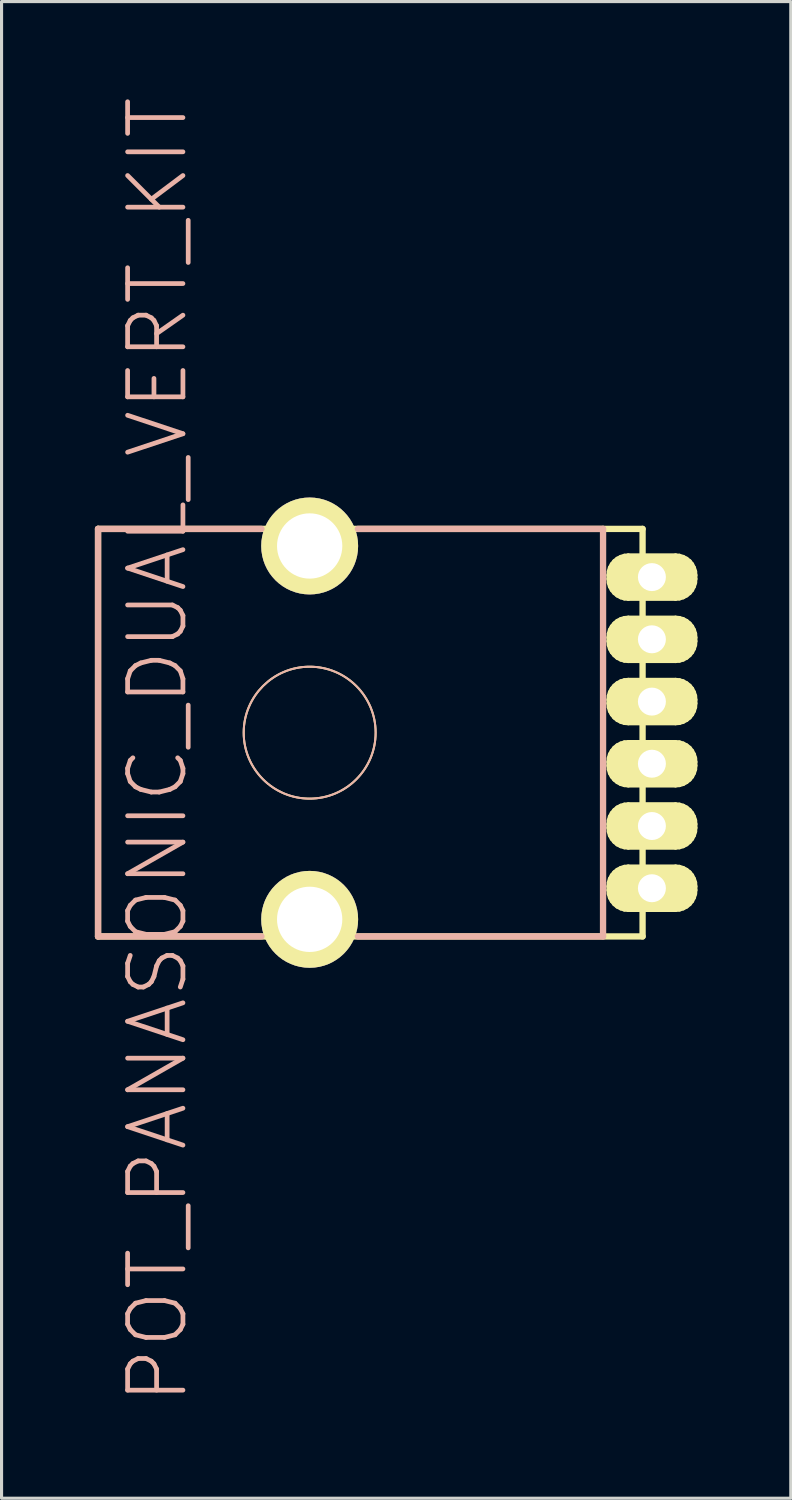
<source format=kicad_pcb>
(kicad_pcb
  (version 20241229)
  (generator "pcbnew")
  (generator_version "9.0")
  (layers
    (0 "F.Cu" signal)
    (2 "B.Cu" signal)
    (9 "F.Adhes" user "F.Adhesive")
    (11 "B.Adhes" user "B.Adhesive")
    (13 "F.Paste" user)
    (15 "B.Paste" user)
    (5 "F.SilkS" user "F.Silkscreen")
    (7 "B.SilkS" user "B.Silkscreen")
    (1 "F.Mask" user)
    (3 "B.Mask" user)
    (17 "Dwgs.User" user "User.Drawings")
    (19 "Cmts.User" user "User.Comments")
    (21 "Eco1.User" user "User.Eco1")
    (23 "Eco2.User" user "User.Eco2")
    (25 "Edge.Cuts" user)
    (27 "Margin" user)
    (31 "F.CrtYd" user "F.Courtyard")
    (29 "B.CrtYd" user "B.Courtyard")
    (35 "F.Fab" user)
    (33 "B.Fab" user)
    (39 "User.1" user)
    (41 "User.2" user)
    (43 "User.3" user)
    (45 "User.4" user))
  (footprint "POT_PANASONIC_DUAL_VERT_KIT"
    (layer "F.Cu")
    (at 6.901 20.494)
    (property "Reference" "POT_PANASONIC_DUAL_VERT_KIT" (at -4.887 0.554 90) (layer "B.SilkS") (effects (font (size 1.778 1.778) (thickness 0.152))))
    (attr exclude_from_pos_files exclude_from_bom)
    (fp_line (start -6.8 -6.548) (end 10.698 -6.548) (stroke (width 0.203) (type solid)) (layer "F.SilkS"))
    (fp_line (start -6.8 6.548) (end -6.8 -6.548) (stroke (width 0.203) (type solid)) (layer "F.SilkS"))
    (fp_line (start 9.599 -5.06) (end 9.611 -5.184) (stroke (width 0.127) (type solid)) (layer "F.SilkS"))
    (fp_line (start 9.599 -4.94) (end 9.599 -5.06) (stroke (width 0.127) (type solid)) (layer "F.SilkS"))
    (fp_line (start 9.599 -3.058) (end 9.611 -3.183) (stroke (width 0.127) (type solid)) (layer "F.SilkS"))
    (fp_line (start 9.599 -2.939) (end 9.599 -3.058) (stroke (width 0.127) (type solid)) (layer "F.SilkS"))
    (fp_line (start 9.599 -1.059) (end 9.611 -1.184) (stroke (width 0.127) (type solid)) (layer "F.SilkS"))
    (fp_line (start 9.599 -0.94) (end 9.599 -1.059) (stroke (width 0.127) (type solid)) (layer "F.SilkS"))
    (fp_line (start 9.599 0.94) (end 9.611 0.815) (stroke (width 0.127) (type solid)) (layer "F.SilkS"))
    (fp_line (start 9.599 1.059) (end 9.599 0.94) (stroke (width 0.127) (type solid)) (layer "F.SilkS"))
    (fp_line (start 9.599 2.939) (end 9.611 2.814) (stroke (width 0.127) (type solid)) (layer "F.SilkS"))
    (fp_line (start 9.599 3.058) (end 9.599 2.939) (stroke (width 0.127) (type solid)) (layer "F.SilkS"))
    (fp_line (start 9.599 4.94) (end 9.611 4.813) (stroke (width 0.127) (type solid)) (layer "F.SilkS"))
    (fp_line (start 9.599 5.06) (end 9.599 4.94) (stroke (width 0.127) (type solid)) (layer "F.SilkS"))
    (fp_line (start 9.611 -5.184) (end 9.647 -5.304) (stroke (width 0.127) (type solid)) (layer "F.SilkS"))
    (fp_line (start 9.611 -4.813) (end 9.599 -4.94) (stroke (width 0.127) (type solid)) (layer "F.SilkS"))
    (fp_line (start 9.611 -3.183) (end 9.647 -3.305) (stroke (width 0.127) (type solid)) (layer "F.SilkS"))
    (fp_line (start 9.611 -2.814) (end 9.599 -2.939) (stroke (width 0.127) (type solid)) (layer "F.SilkS"))
    (fp_line (start 9.611 -1.184) (end 9.647 -1.303) (stroke (width 0.127) (type solid)) (layer "F.SilkS"))
    (fp_line (start 9.611 -0.815) (end 9.599 -0.94) (stroke (width 0.127) (type solid)) (layer "F.SilkS"))
    (fp_line (start 9.611 0.815) (end 9.647 0.693) (stroke (width 0.127) (type solid)) (layer "F.SilkS"))
    (fp_line (start 9.611 1.184) (end 9.599 1.059) (stroke (width 0.127) (type solid)) (layer "F.SilkS"))
    (fp_line (start 9.611 2.814) (end 9.647 2.695) (stroke (width 0.127) (type solid)) (layer "F.SilkS"))
    (fp_line (start 9.611 3.183) (end 9.599 3.058) (stroke (width 0.127) (type solid)) (layer "F.SilkS"))
    (fp_line (start 9.611 4.813) (end 9.647 4.694) (stroke (width 0.127) (type solid)) (layer "F.SilkS"))
    (fp_line (start 9.611 5.184) (end 9.599 5.06) (stroke (width 0.127) (type solid)) (layer "F.SilkS"))
    (fp_line (start 9.647 -5.304) (end 9.708 -5.415) (stroke (width 0.127) (type solid)) (layer "F.SilkS"))
    (fp_line (start 9.647 -4.694) (end 9.611 -4.813) (stroke (width 0.127) (type solid)) (layer "F.SilkS"))
    (fp_line (start 9.647 -3.305) (end 9.708 -3.414) (stroke (width 0.127) (type solid)) (layer "F.SilkS"))
    (fp_line (start 9.647 -2.695) (end 9.611 -2.814) (stroke (width 0.127) (type solid)) (layer "F.SilkS"))
    (fp_line (start 9.647 -1.303) (end 9.708 -1.415) (stroke (width 0.127) (type solid)) (layer "F.SilkS"))
    (fp_line (start 9.647 -0.693) (end 9.611 -0.815) (stroke (width 0.127) (type solid)) (layer "F.SilkS"))
    (fp_line (start 9.647 0.693) (end 9.708 0.584) (stroke (width 0.127) (type solid)) (layer "F.SilkS"))
    (fp_line (start 9.647 1.303) (end 9.611 1.184) (stroke (width 0.127) (type solid)) (layer "F.SilkS"))
    (fp_line (start 9.647 2.695) (end 9.708 2.583) (stroke (width 0.127) (type solid)) (layer "F.SilkS"))
    (fp_line (start 9.647 3.305) (end 9.611 3.183) (stroke (width 0.127) (type solid)) (layer "F.SilkS"))
    (fp_line (start 9.647 4.694) (end 9.708 4.582) (stroke (width 0.127) (type solid)) (layer "F.SilkS"))
    (fp_line (start 9.647 5.304) (end 9.611 5.184) (stroke (width 0.127) (type solid)) (layer "F.SilkS"))
    (fp_line (start 9.708 -5.415) (end 9.787 -5.512) (stroke (width 0.127) (type solid)) (layer "F.SilkS"))
    (fp_line (start 9.708 -4.582) (end 9.647 -4.694) (stroke (width 0.127) (type solid)) (layer "F.SilkS"))
    (fp_line (start 9.708 -3.414) (end 9.787 -3.51) (stroke (width 0.127) (type solid)) (layer "F.SilkS"))
    (fp_line (start 9.708 -2.583) (end 9.647 -2.695) (stroke (width 0.127) (type solid)) (layer "F.SilkS"))
    (fp_line (start 9.708 -1.415) (end 9.787 -1.511) (stroke (width 0.127) (type solid)) (layer "F.SilkS"))
    (fp_line (start 9.708 -0.584) (end 9.647 -0.693) (stroke (width 0.127) (type solid)) (layer "F.SilkS"))
    (fp_line (start 9.708 0.584) (end 9.787 0.485) (stroke (width 0.127) (type solid)) (layer "F.SilkS"))
    (fp_line (start 9.708 1.415) (end 9.647 1.303) (stroke (width 0.127) (type solid)) (layer "F.SilkS"))
    (fp_line (start 9.708 2.583) (end 9.787 2.487) (stroke (width 0.127) (type solid)) (layer "F.SilkS"))
    (fp_line (start 9.708 3.414) (end 9.647 3.305) (stroke (width 0.127) (type solid)) (layer "F.SilkS"))
    (fp_line (start 9.708 4.582) (end 9.787 4.486) (stroke (width 0.127) (type solid)) (layer "F.SilkS"))
    (fp_line (start 9.708 5.415) (end 9.647 5.304) (stroke (width 0.127) (type solid)) (layer "F.SilkS"))
    (fp_line (start 9.787 -5.512) (end 9.883 -5.591) (stroke (width 0.127) (type solid)) (layer "F.SilkS"))
    (fp_line (start 9.787 -4.486) (end 9.708 -4.582) (stroke (width 0.127) (type solid)) (layer "F.SilkS"))
    (fp_line (start 9.787 -3.51) (end 9.883 -3.592) (stroke (width 0.127) (type solid)) (layer "F.SilkS"))
    (fp_line (start 9.787 -2.487) (end 9.708 -2.583) (stroke (width 0.127) (type solid)) (layer "F.SilkS"))
    (fp_line (start 9.787 -1.511) (end 9.883 -1.59) (stroke (width 0.127) (type solid)) (layer "F.SilkS"))
    (fp_line (start 9.787 -0.485) (end 9.708 -0.584) (stroke (width 0.127) (type solid)) (layer "F.SilkS"))
    (fp_line (start 9.787 0.485) (end 9.883 0.406) (stroke (width 0.127) (type solid)) (layer "F.SilkS"))
    (fp_line (start 9.787 1.511) (end 9.708 1.415) (stroke (width 0.127) (type solid)) (layer "F.SilkS"))
    (fp_line (start 9.787 2.487) (end 9.883 2.405) (stroke (width 0.127) (type solid)) (layer "F.SilkS"))
    (fp_line (start 9.787 3.51) (end 9.708 3.414) (stroke (width 0.127) (type solid)) (layer "F.SilkS"))
    (fp_line (start 9.787 4.486) (end 9.883 4.407) (stroke (width 0.127) (type solid)) (layer "F.SilkS"))
    (fp_line (start 9.787 5.512) (end 9.708 5.415) (stroke (width 0.127) (type solid)) (layer "F.SilkS"))
    (fp_line (start 9.883 -5.591) (end 9.995 -5.649) (stroke (width 0.127) (type solid)) (layer "F.SilkS"))
    (fp_line (start 9.883 -4.407) (end 9.787 -4.486) (stroke (width 0.127) (type solid)) (layer "F.SilkS"))
    (fp_line (start 9.883 -3.592) (end 9.995 -3.65) (stroke (width 0.127) (type solid)) (layer "F.SilkS"))
    (fp_line (start 9.883 -2.405) (end 9.787 -2.487) (stroke (width 0.127) (type solid)) (layer "F.SilkS"))
    (fp_line (start 9.883 -1.59) (end 9.995 -1.651) (stroke (width 0.127) (type solid)) (layer "F.SilkS"))
    (fp_line (start 9.883 -0.406) (end 9.787 -0.485) (stroke (width 0.127) (type solid)) (layer "F.SilkS"))
    (fp_line (start 9.883 0.406) (end 9.995 0.348) (stroke (width 0.127) (type solid)) (layer "F.SilkS"))
    (fp_line (start 9.883 1.59) (end 9.787 1.511) (stroke (width 0.127) (type solid)) (layer "F.SilkS"))
    (fp_line (start 9.883 2.405) (end 9.995 2.347) (stroke (width 0.127) (type solid)) (layer "F.SilkS"))
    (fp_line (start 9.883 3.592) (end 9.787 3.51) (stroke (width 0.127) (type solid)) (layer "F.SilkS"))
    (fp_line (start 9.883 4.407) (end 9.995 4.348) (stroke (width 0.127) (type solid)) (layer "F.SilkS"))
    (fp_line (start 9.883 5.591) (end 9.787 5.512) (stroke (width 0.127) (type solid)) (layer "F.SilkS"))
    (fp_line (start 9.995 -5.649) (end 10.114 -5.687) (stroke (width 0.127) (type solid)) (layer "F.SilkS"))
    (fp_line (start 9.995 -4.348) (end 9.883 -4.407) (stroke (width 0.127) (type solid)) (layer "F.SilkS"))
    (fp_line (start 9.995 -3.65) (end 10.114 -3.686) (stroke (width 0.127) (type solid)) (layer "F.SilkS"))
    (fp_line (start 9.995 -2.347) (end 9.883 -2.405) (stroke (width 0.127) (type solid)) (layer "F.SilkS"))
    (fp_line (start 9.995 -1.651) (end 10.114 -1.687) (stroke (width 0.127) (type solid)) (layer "F.SilkS"))
    (fp_line (start 9.995 -0.348) (end 9.883 -0.406) (stroke (width 0.127) (type solid)) (layer "F.SilkS"))
    (fp_line (start 9.995 0.348) (end 10.114 0.31) (stroke (width 0.127) (type solid)) (layer "F.SilkS"))
    (fp_line (start 9.995 1.651) (end 9.883 1.59) (stroke (width 0.127) (type solid)) (layer "F.SilkS"))
    (fp_line (start 9.995 2.347) (end 10.114 2.311) (stroke (width 0.127) (type solid)) (layer "F.SilkS"))
    (fp_line (start 9.995 3.65) (end 9.883 3.592) (stroke (width 0.127) (type solid)) (layer "F.SilkS"))
    (fp_line (start 9.995 4.348) (end 10.114 4.31) (stroke (width 0.127) (type solid)) (layer "F.SilkS"))
    (fp_line (start 9.995 5.649) (end 9.883 5.591) (stroke (width 0.127) (type solid)) (layer "F.SilkS"))
    (fp_line (start 10.114 -5.687) (end 10.239 -5.7) (stroke (width 0.127) (type solid)) (layer "F.SilkS"))
    (fp_line (start 10.114 -4.31) (end 9.995 -4.348) (stroke (width 0.127) (type solid)) (layer "F.SilkS"))
    (fp_line (start 10.114 -3.686) (end 10.239 -3.698) (stroke (width 0.127) (type solid)) (layer "F.SilkS"))
    (fp_line (start 10.114 -2.311) (end 9.995 -2.347) (stroke (width 0.127) (type solid)) (layer "F.SilkS"))
    (fp_line (start 10.114 -1.687) (end 10.239 -1.699) (stroke (width 0.127) (type solid)) (layer "F.SilkS"))
    (fp_line (start 10.114 -0.31) (end 9.995 -0.348) (stroke (width 0.127) (type solid)) (layer "F.SilkS"))
    (fp_line (start 10.114 0.31) (end 10.239 0.3) (stroke (width 0.127) (type solid)) (layer "F.SilkS"))
    (fp_line (start 10.114 1.687) (end 9.995 1.651) (stroke (width 0.127) (type solid)) (layer "F.SilkS"))
    (fp_line (start 10.114 2.311) (end 10.239 2.299) (stroke (width 0.127) (type solid)) (layer "F.SilkS"))
    (fp_line (start 10.114 3.686) (end 9.995 3.65) (stroke (width 0.127) (type solid)) (layer "F.SilkS"))
    (fp_line (start 10.114 4.31) (end 10.239 4.298) (stroke (width 0.127) (type solid)) (layer "F.SilkS"))
    (fp_line (start 10.114 5.687) (end 9.995 5.649) (stroke (width 0.127) (type solid)) (layer "F.SilkS"))
    (fp_line (start 10.239 -5.7) (end 11.758 -5.7) (stroke (width 0.127) (type solid)) (layer "F.SilkS"))
    (fp_line (start 10.239 -4.298) (end 10.114 -4.31) (stroke (width 0.127) (type solid)) (layer "F.SilkS"))
    (fp_line (start 10.239 -3.698) (end 11.758 -3.698) (stroke (width 0.127) (type solid)) (layer "F.SilkS"))
    (fp_line (start 10.239 -2.299) (end 10.114 -2.311) (stroke (width 0.127) (type solid)) (layer "F.SilkS"))
    (fp_line (start 10.239 -1.699) (end 11.758 -1.699) (stroke (width 0.127) (type solid)) (layer "F.SilkS"))
    (fp_line (start 10.239 -0.3) (end 10.114 -0.31) (stroke (width 0.127) (type solid)) (layer "F.SilkS"))
    (fp_line (start 10.239 0.3) (end 11.758 0.3) (stroke (width 0.127) (type solid)) (layer "F.SilkS"))
    (fp_line (start 10.239 1.699) (end 10.114 1.687) (stroke (width 0.127) (type solid)) (layer "F.SilkS"))
    (fp_line (start 10.239 2.299) (end 11.758 2.299) (stroke (width 0.127) (type solid)) (layer "F.SilkS"))
    (fp_line (start 10.239 3.698) (end 10.114 3.686) (stroke (width 0.127) (type solid)) (layer "F.SilkS"))
    (fp_line (start 10.239 4.298) (end 11.758 4.298) (stroke (width 0.127) (type solid)) (layer "F.SilkS"))
    (fp_line (start 10.239 5.7) (end 10.114 5.687) (stroke (width 0.127) (type solid)) (layer "F.SilkS"))
    (fp_line (start 10.698 -6.548) (end 10.698 6.548) (stroke (width 0.203) (type solid)) (layer "F.SilkS"))
    (fp_line (start 10.698 6.548) (end -6.8 6.548) (stroke (width 0.203) (type solid)) (layer "F.SilkS"))
    (fp_line (start 11.758 -5.7) (end 11.882 -5.687) (stroke (width 0.127) (type solid)) (layer "F.SilkS"))
    (fp_line (start 11.758 -4.298) (end 10.239 -4.298) (stroke (width 0.127) (type solid)) (layer "F.SilkS"))
    (fp_line (start 11.758 -3.698) (end 11.882 -3.686) (stroke (width 0.127) (type solid)) (layer "F.SilkS"))
    (fp_line (start 11.758 -2.299) (end 10.239 -2.299) (stroke (width 0.127) (type solid)) (layer "F.SilkS"))
    (fp_line (start 11.758 -1.699) (end 11.882 -1.687) (stroke (width 0.127) (type solid)) (layer "F.SilkS"))
    (fp_line (start 11.758 -0.3) (end 10.239 -0.3) (stroke (width 0.127) (type solid)) (layer "F.SilkS"))
    (fp_line (start 11.758 0.3) (end 11.882 0.31) (stroke (width 0.127) (type solid)) (layer "F.SilkS"))
    (fp_line (start 11.758 1.699) (end 10.239 1.699) (stroke (width 0.127) (type solid)) (layer "F.SilkS"))
    (fp_line (start 11.758 2.299) (end 11.882 2.311) (stroke (width 0.127) (type solid)) (layer "F.SilkS"))
    (fp_line (start 11.758 3.698) (end 10.239 3.698) (stroke (width 0.127) (type solid)) (layer "F.SilkS"))
    (fp_line (start 11.758 4.298) (end 11.882 4.31) (stroke (width 0.127) (type solid)) (layer "F.SilkS"))
    (fp_line (start 11.758 5.7) (end 10.239 5.7) (stroke (width 0.127) (type solid)) (layer "F.SilkS"))
    (fp_line (start 11.882 -5.687) (end 12.004 -5.649) (stroke (width 0.127) (type solid)) (layer "F.SilkS"))
    (fp_line (start 11.882 -4.31) (end 11.758 -4.298) (stroke (width 0.127) (type solid)) (layer "F.SilkS"))
    (fp_line (start 11.882 -3.686) (end 12.004 -3.65) (stroke (width 0.127) (type solid)) (layer "F.SilkS"))
    (fp_line (start 11.882 -2.311) (end 11.758 -2.299) (stroke (width 0.127) (type solid)) (layer "F.SilkS"))
    (fp_line (start 11.882 -1.687) (end 12.004 -1.651) (stroke (width 0.127) (type solid)) (layer "F.SilkS"))
    (fp_line (start 11.882 -0.31) (end 11.758 -0.3) (stroke (width 0.127) (type solid)) (layer "F.SilkS"))
    (fp_line (start 11.882 0.31) (end 12.004 0.348) (stroke (width 0.127) (type solid)) (layer "F.SilkS"))
    (fp_line (start 11.882 1.687) (end 11.758 1.699) (stroke (width 0.127) (type solid)) (layer "F.SilkS"))
    (fp_line (start 11.882 2.311) (end 12.004 2.347) (stroke (width 0.127) (type solid)) (layer "F.SilkS"))
    (fp_line (start 11.882 3.686) (end 11.758 3.698) (stroke (width 0.127) (type solid)) (layer "F.SilkS"))
    (fp_line (start 11.882 4.31) (end 12.004 4.348) (stroke (width 0.127) (type solid)) (layer "F.SilkS"))
    (fp_line (start 11.882 5.687) (end 11.758 5.7) (stroke (width 0.127) (type solid)) (layer "F.SilkS"))
    (fp_line (start 12.004 -5.649) (end 12.113 -5.591) (stroke (width 0.127) (type solid)) (layer "F.SilkS"))
    (fp_line (start 12.004 -4.348) (end 11.882 -4.31) (stroke (width 0.127) (type solid)) (layer "F.SilkS"))
    (fp_line (start 12.004 -3.65) (end 12.113 -3.592) (stroke (width 0.127) (type solid)) (layer "F.SilkS"))
    (fp_line (start 12.004 -2.347) (end 11.882 -2.311) (stroke (width 0.127) (type solid)) (layer "F.SilkS"))
    (fp_line (start 12.004 -1.651) (end 12.113 -1.59) (stroke (width 0.127) (type solid)) (layer "F.SilkS"))
    (fp_line (start 12.004 -0.348) (end 11.882 -0.31) (stroke (width 0.127) (type solid)) (layer "F.SilkS"))
    (fp_line (start 12.004 0.348) (end 12.113 0.406) (stroke (width 0.127) (type solid)) (layer "F.SilkS"))
    (fp_line (start 12.004 1.651) (end 11.882 1.687) (stroke (width 0.127) (type solid)) (layer "F.SilkS"))
    (fp_line (start 12.004 2.347) (end 12.113 2.405) (stroke (width 0.127) (type solid)) (layer "F.SilkS"))
    (fp_line (start 12.004 3.65) (end 11.882 3.686) (stroke (width 0.127) (type solid)) (layer "F.SilkS"))
    (fp_line (start 12.004 4.348) (end 12.113 4.407) (stroke (width 0.127) (type solid)) (layer "F.SilkS"))
    (fp_line (start 12.004 5.649) (end 11.882 5.687) (stroke (width 0.127) (type solid)) (layer "F.SilkS"))
    (fp_line (start 12.113 -5.591) (end 12.212 -5.512) (stroke (width 0.127) (type solid)) (layer "F.SilkS"))
    (fp_line (start 12.113 -4.407) (end 12.004 -4.348) (stroke (width 0.127) (type solid)) (layer "F.SilkS"))
    (fp_line (start 12.113 -3.592) (end 12.212 -3.51) (stroke (width 0.127) (type solid)) (layer "F.SilkS"))
    (fp_line (start 12.113 -2.405) (end 12.004 -2.347) (stroke (width 0.127) (type solid)) (layer "F.SilkS"))
    (fp_line (start 12.113 -1.59) (end 12.212 -1.511) (stroke (width 0.127) (type solid)) (layer "F.SilkS"))
    (fp_line (start 12.113 -0.406) (end 12.004 -0.348) (stroke (width 0.127) (type solid)) (layer "F.SilkS"))
    (fp_line (start 12.113 0.406) (end 12.212 0.485) (stroke (width 0.127) (type solid)) (layer "F.SilkS"))
    (fp_line (start 12.113 1.59) (end 12.004 1.651) (stroke (width 0.127) (type solid)) (layer "F.SilkS"))
    (fp_line (start 12.113 2.405) (end 12.212 2.487) (stroke (width 0.127) (type solid)) (layer "F.SilkS"))
    (fp_line (start 12.113 3.592) (end 12.004 3.65) (stroke (width 0.127) (type solid)) (layer "F.SilkS"))
    (fp_line (start 12.113 4.407) (end 12.212 4.486) (stroke (width 0.127) (type solid)) (layer "F.SilkS"))
    (fp_line (start 12.113 5.591) (end 12.004 5.649) (stroke (width 0.127) (type solid)) (layer "F.SilkS"))
    (fp_line (start 12.212 -5.512) (end 12.291 -5.415) (stroke (width 0.127) (type solid)) (layer "F.SilkS"))
    (fp_line (start 12.212 -4.486) (end 12.113 -4.407) (stroke (width 0.127) (type solid)) (layer "F.SilkS"))
    (fp_line (start 12.212 -3.51) (end 12.291 -3.414) (stroke (width 0.127) (type solid)) (layer "F.SilkS"))
    (fp_line (start 12.212 -2.487) (end 12.113 -2.405) (stroke (width 0.127) (type solid)) (layer "F.SilkS"))
    (fp_line (start 12.212 -1.511) (end 12.291 -1.415) (stroke (width 0.127) (type solid)) (layer "F.SilkS"))
    (fp_line (start 12.212 -0.485) (end 12.113 -0.406) (stroke (width 0.127) (type solid)) (layer "F.SilkS"))
    (fp_line (start 12.212 0.485) (end 12.291 0.584) (stroke (width 0.127) (type solid)) (layer "F.SilkS"))
    (fp_line (start 12.212 1.511) (end 12.113 1.59) (stroke (width 0.127) (type solid)) (layer "F.SilkS"))
    (fp_line (start 12.212 2.487) (end 12.291 2.583) (stroke (width 0.127) (type solid)) (layer "F.SilkS"))
    (fp_line (start 12.212 3.51) (end 12.113 3.592) (stroke (width 0.127) (type solid)) (layer "F.SilkS"))
    (fp_line (start 12.212 4.486) (end 12.291 4.582) (stroke (width 0.127) (type solid)) (layer "F.SilkS"))
    (fp_line (start 12.212 5.512) (end 12.113 5.591) (stroke (width 0.127) (type solid)) (layer "F.SilkS"))
    (fp_line (start 12.291 -5.415) (end 12.349 -5.304) (stroke (width 0.127) (type solid)) (layer "F.SilkS"))
    (fp_line (start 12.291 -4.582) (end 12.212 -4.486) (stroke (width 0.127) (type solid)) (layer "F.SilkS"))
    (fp_line (start 12.291 -3.414) (end 12.349 -3.305) (stroke (width 0.127) (type solid)) (layer "F.SilkS"))
    (fp_line (start 12.291 -2.583) (end 12.212 -2.487) (stroke (width 0.127) (type solid)) (layer "F.SilkS"))
    (fp_line (start 12.291 -1.415) (end 12.349 -1.303) (stroke (width 0.127) (type solid)) (layer "F.SilkS"))
    (fp_line (start 12.291 -0.584) (end 12.212 -0.485) (stroke (width 0.127) (type solid)) (layer "F.SilkS"))
    (fp_line (start 12.291 0.584) (end 12.349 0.693) (stroke (width 0.127) (type solid)) (layer "F.SilkS"))
    (fp_line (start 12.291 1.415) (end 12.212 1.511) (stroke (width 0.127) (type solid)) (layer "F.SilkS"))
    (fp_line (start 12.291 2.583) (end 12.349 2.695) (stroke (width 0.127) (type solid)) (layer "F.SilkS"))
    (fp_line (start 12.291 3.414) (end 12.212 3.51) (stroke (width 0.127) (type solid)) (layer "F.SilkS"))
    (fp_line (start 12.291 4.582) (end 12.349 4.694) (stroke (width 0.127) (type solid)) (layer "F.SilkS"))
    (fp_line (start 12.291 5.415) (end 12.212 5.512) (stroke (width 0.127) (type solid)) (layer "F.SilkS"))
    (fp_line (start 12.349 -5.304) (end 12.388 -5.184) (stroke (width 0.127) (type solid)) (layer "F.SilkS"))
    (fp_line (start 12.349 -4.694) (end 12.291 -4.582) (stroke (width 0.127) (type solid)) (layer "F.SilkS"))
    (fp_line (start 12.349 -3.305) (end 12.388 -3.183) (stroke (width 0.127) (type solid)) (layer "F.SilkS"))
    (fp_line (start 12.349 -2.695) (end 12.291 -2.583) (stroke (width 0.127) (type solid)) (layer "F.SilkS"))
    (fp_line (start 12.349 -1.303) (end 12.388 -1.184) (stroke (width 0.127) (type solid)) (layer "F.SilkS"))
    (fp_line (start 12.349 -0.693) (end 12.291 -0.584) (stroke (width 0.127) (type solid)) (layer "F.SilkS"))
    (fp_line (start 12.349 0.693) (end 12.388 0.815) (stroke (width 0.127) (type solid)) (layer "F.SilkS"))
    (fp_line (start 12.349 1.303) (end 12.291 1.415) (stroke (width 0.127) (type solid)) (layer "F.SilkS"))
    (fp_line (start 12.349 2.695) (end 12.388 2.814) (stroke (width 0.127) (type solid)) (layer "F.SilkS"))
    (fp_line (start 12.349 3.305) (end 12.291 3.414) (stroke (width 0.127) (type solid)) (layer "F.SilkS"))
    (fp_line (start 12.349 4.694) (end 12.388 4.813) (stroke (width 0.127) (type solid)) (layer "F.SilkS"))
    (fp_line (start 12.349 5.304) (end 12.291 5.415) (stroke (width 0.127) (type solid)) (layer "F.SilkS"))
    (fp_line (start 12.388 -5.184) (end 12.398 -5.06) (stroke (width 0.127) (type solid)) (layer "F.SilkS"))
    (fp_line (start 12.388 -4.813) (end 12.349 -4.694) (stroke (width 0.127) (type solid)) (layer "F.SilkS"))
    (fp_line (start 12.388 -3.183) (end 12.398 -3.058) (stroke (width 0.127) (type solid)) (layer "F.SilkS"))
    (fp_line (start 12.388 -2.814) (end 12.349 -2.695) (stroke (width 0.127) (type solid)) (layer "F.SilkS"))
    (fp_line (start 12.388 -1.184) (end 12.398 -1.059) (stroke (width 0.127) (type solid)) (layer "F.SilkS"))
    (fp_line (start 12.388 -0.815) (end 12.349 -0.693) (stroke (width 0.127) (type solid)) (layer "F.SilkS"))
    (fp_line (start 12.388 0.815) (end 12.398 0.94) (stroke (width 0.127) (type solid)) (layer "F.SilkS"))
    (fp_line (start 12.388 1.184) (end 12.349 1.303) (stroke (width 0.127) (type solid)) (layer "F.SilkS"))
    (fp_line (start 12.388 2.814) (end 12.398 2.939) (stroke (width 0.127) (type solid)) (layer "F.SilkS"))
    (fp_line (start 12.388 3.183) (end 12.349 3.305) (stroke (width 0.127) (type solid)) (layer "F.SilkS"))
    (fp_line (start 12.388 4.813) (end 12.398 4.94) (stroke (width 0.127) (type solid)) (layer "F.SilkS"))
    (fp_line (start 12.388 5.184) (end 12.349 5.304) (stroke (width 0.127) (type solid)) (layer "F.SilkS"))
    (fp_line (start 12.398 -5.06) (end 12.398 -4.94) (stroke (width 0.127) (type solid)) (layer "F.SilkS"))
    (fp_line (start 12.398 -4.94) (end 12.388 -4.813) (stroke (width 0.127) (type solid)) (layer "F.SilkS"))
    (fp_line (start 12.398 -3.058) (end 12.398 -2.939) (stroke (width 0.127) (type solid)) (layer "F.SilkS"))
    (fp_line (start 12.398 -2.939) (end 12.388 -2.814) (stroke (width 0.127) (type solid)) (layer "F.SilkS"))
    (fp_line (start 12.398 -1.059) (end 12.398 -0.94) (stroke (width 0.127) (type solid)) (layer "F.SilkS"))
    (fp_line (start 12.398 -0.94) (end 12.388 -0.815) (stroke (width 0.127) (type solid)) (layer "F.SilkS"))
    (fp_line (start 12.398 0.94) (end 12.398 1.059) (stroke (width 0.127) (type solid)) (layer "F.SilkS"))
    (fp_line (start 12.398 1.059) (end 12.388 1.184) (stroke (width 0.127) (type solid)) (layer "F.SilkS"))
    (fp_line (start 12.398 2.939) (end 12.398 3.058) (stroke (width 0.127) (type solid)) (layer "F.SilkS"))
    (fp_line (start 12.398 3.058) (end 12.388 3.183) (stroke (width 0.127) (type solid)) (layer "F.SilkS"))
    (fp_line (start 12.398 4.94) (end 12.398 5.06) (stroke (width 0.127) (type solid)) (layer "F.SilkS"))
    (fp_line (start 12.398 5.06) (end 12.388 5.184) (stroke (width 0.127) (type solid)) (layer "F.SilkS"))
    (fp_circle (center 0 -5.999) (end -0.813 -6.812) (stroke (width 0) (type solid)) (fill yes) (layer "F.SilkS"))
    (fp_circle (center 0 -5.999) (end -0.523 -6.523) (stroke (width 0) (type solid)) (fill yes) (layer "F.SilkS"))
    (fp_circle (center 0 0) (end -1.499 1.499) (stroke (width 0.064) (type solid)) (fill no) (layer "F.SilkS"))
    (fp_circle (center 0 5.999) (end -0.813 6.812) (stroke (width 0) (type solid)) (fill yes) (layer "F.SilkS"))
    (fp_circle (center 0 5.999) (end -0.523 6.523) (stroke (width 0) (type solid)) (fill yes) (layer "F.SilkS"))
    (fp_circle (center 10.998 -4.999) (end 11.222 -5.222) (stroke (width 0) (type solid)) (fill yes) (layer "F.SilkS"))
    (fp_circle (center 10.998 -3) (end 11.222 -3.223) (stroke (width 0) (type solid)) (fill yes) (layer "F.SilkS"))
    (fp_circle (center 10.998 -0.998) (end 11.222 -1.222) (stroke (width 0) (type solid)) (fill yes) (layer "F.SilkS"))
    (fp_circle (center 10.998 0.998) (end 11.222 1.222) (stroke (width 0) (type solid)) (fill yes) (layer "F.SilkS"))
    (fp_circle (center 10.998 3) (end 11.222 3.223) (stroke (width 0) (type solid)) (fill yes) (layer "F.SilkS"))
    (fp_circle (center 10.998 4.999) (end 11.222 5.222) (stroke (width 0) (type solid)) (fill yes) (layer "F.SilkS"))
    (fp_line (start -6.8 -6.548) (end -1.549 -6.548) (stroke (width 0.203) (type solid)) (layer "B.SilkS"))
    (fp_line (start -6.8 6.548) (end -6.8 -6.548) (stroke (width 0.203) (type solid)) (layer "B.SilkS"))
    (fp_line (start -1.549 6.548) (end -6.8 6.548) (stroke (width 0.203) (type solid)) (layer "B.SilkS"))
    (fp_line (start 1.549 -6.548) (end 9.428 -6.548) (stroke (width 0.203) (type solid)) (layer "B.SilkS"))
    (fp_line (start 9.428 -6.548) (end 9.428 6.548) (stroke (width 0.203) (type solid)) (layer "B.SilkS"))
    (fp_line (start 9.428 6.548) (end 1.549 6.548) (stroke (width 0.203) (type solid)) (layer "B.SilkS"))
    (fp_circle (center 0 0) (end -1.499 1.499) (stroke (width 0.064) (type solid)) (fill no) (layer "B.SilkS"))
    (pad "A1" thru_hole oval (at 10.998 3 90) (size 1.407 2.814) (drill 0.899) (layers "*.Cu" "F.Mask" "F.SilkS" "F.Paste"))
    (pad "A2" thru_hole oval (at 10.998 4.999 90) (size 1.407 2.814) (drill 0.899) (layers "*.Cu" "F.Mask" "F.SilkS" "F.Paste"))
    (pad "A3" thru_hole oval (at 10.998 -4.999 90) (size 1.407 2.814) (drill 0.899) (layers "*.Cu" "F.Mask" "F.SilkS" "F.Paste"))
    (pad "B1" thru_hole oval (at 10.998 0.998 90) (size 1.407 2.814) (drill 0.899) (layers "*.Cu" "F.Mask" "F.SilkS" "F.Paste"))
    (pad "B2" thru_hole oval (at 10.998 -0.998 90) (size 1.407 2.814) (drill 0.899) (layers "*.Cu" "F.Mask" "F.SilkS" "F.Paste"))
    (pad "B3" thru_hole oval (at 10.998 -3 90) (size 1.407 2.814) (drill 0.899) (layers "*.Cu" "F.Mask" "F.SilkS" "F.Paste"))
    (pad "P$4" thru_hole circle (at 0 5.999 90) (size 3.114 3.114) (drill 2.098) (layers "*.Cu" "F.Mask" "F.SilkS" "F.Paste"))
    (pad "P$5" thru_hole circle (at 0 -5.999 90) (size 3.114 3.114) (drill 2.098) (layers "*.Cu" "F.Mask" "F.SilkS" "F.Paste")))
  (gr_rect
    (start -3 -3)
    (end 22.362 45.096)
    (stroke (width 0.1) (type default))
    (fill no)
    (layer "Edge.Cuts")))
</source>
